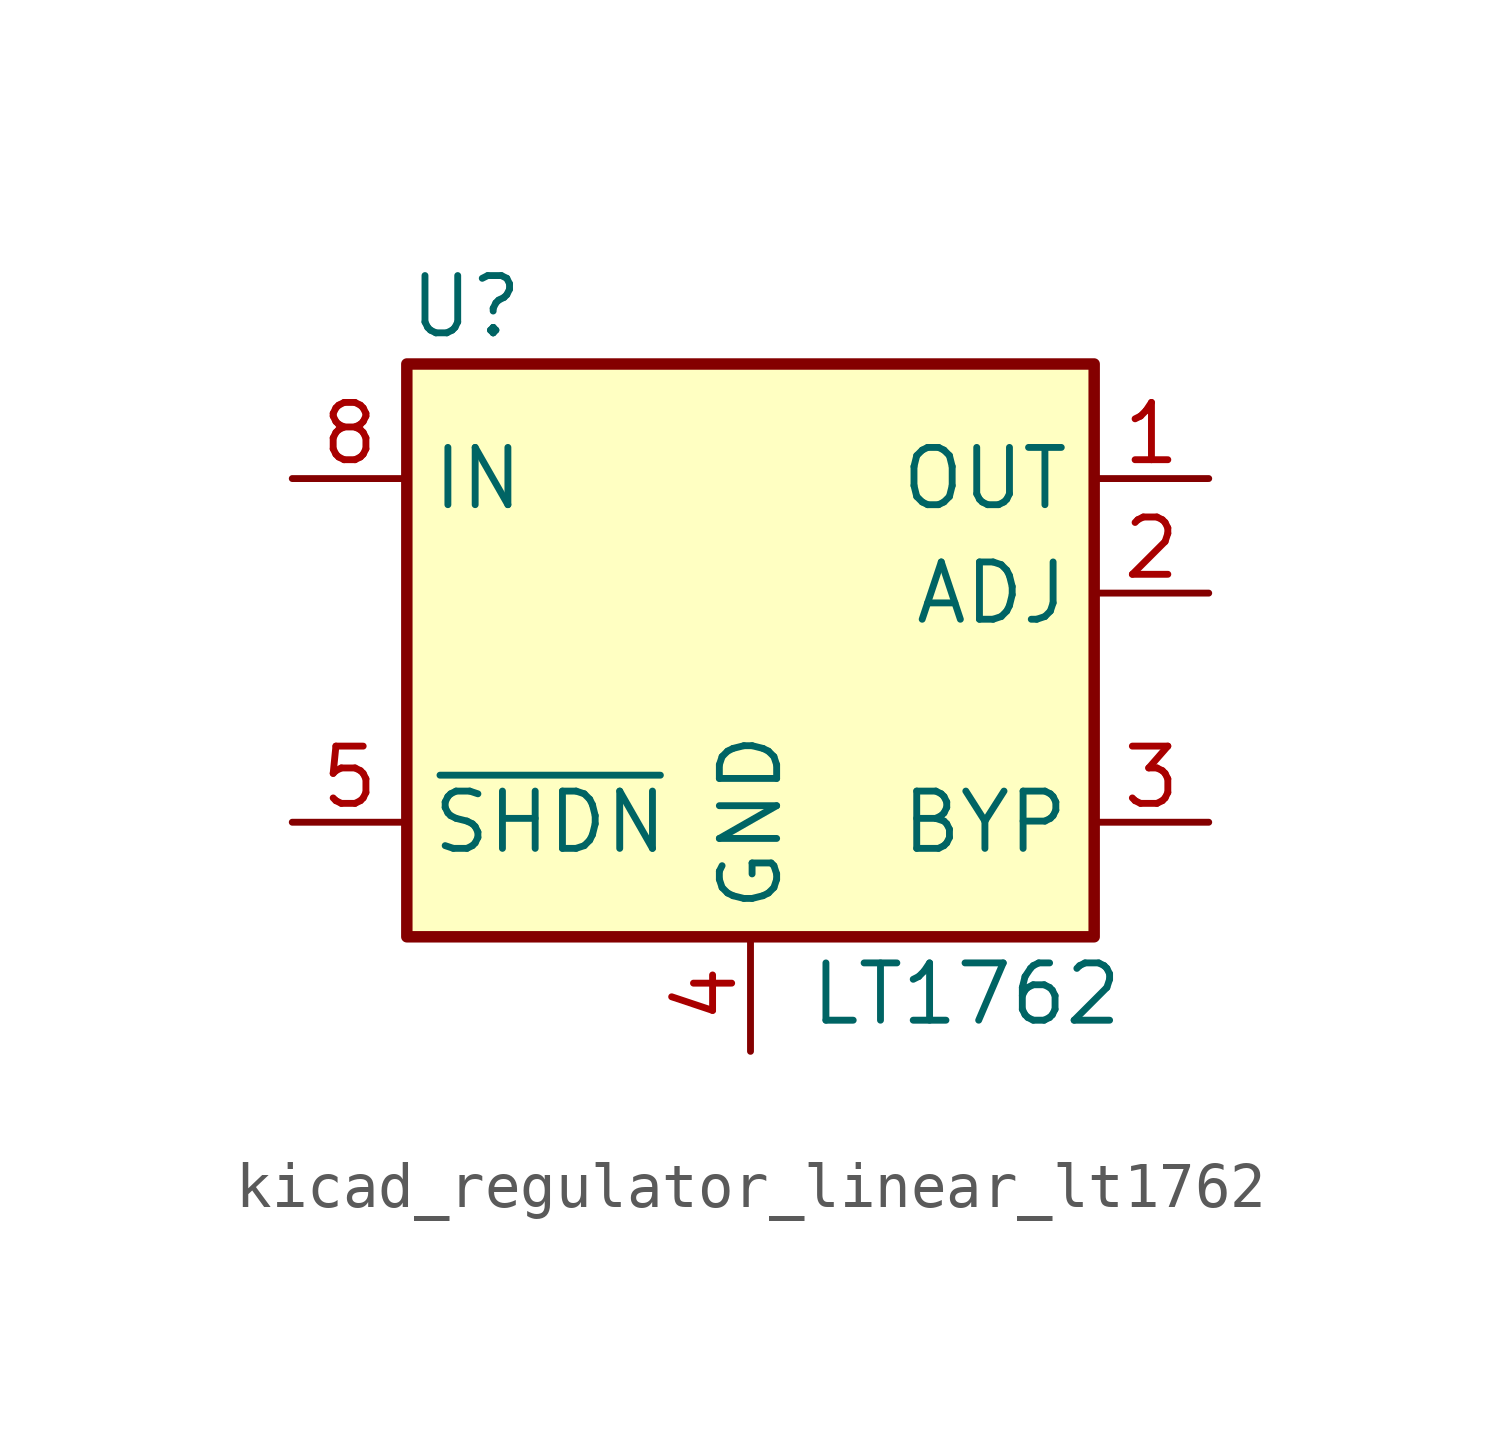
<source format=kicad_sym>
(kicad_symbol_lib
  (version 20220914)
  (generator kicad_symbol_editor)
  (symbol "kicad_regulator_linear_lt1762"
    (property "Reference" "U"
      (at -7.62 8.89 0)
      (effects (font (size 1.27 1.27)) (justify left)))
    (property "Value" "LT1762"
      (at 1.27 -6.35 0)
      (effects (font (size 1.27 1.27)) (justify left)))
    (symbol "kicad_regulator_linear_lt1762_0_1"
      (rectangle (start -7.62 7.62) (end 7.62 -5.08) (stroke (width 0.254) (type default)) (fill (type background))))
    (symbol "kicad_regulator_linear_lt1762_1_1"
      (pin power_out line (at 10.16 5.08 180) (length 2.54) (name "OUT" (effects (font (size 1.27 1.27)))) (number "1" (effects (font (size 1.27 1.27)))))
      (pin input line (at 10.16 2.54 180) (length 2.54) (name "ADJ" (effects (font (size 1.27 1.27)))) (number "2" (effects (font (size 1.27 1.27)))))
      (pin passive line (at 10.16 -2.54 180) (length 2.54) (name "BYP" (effects (font (size 1.27 1.27)))) (number "3" (effects (font (size 1.27 1.27)))))
      (pin power_in line (at 0 -7.62 90) (length 2.54) (name "GND" (effects (font (size 1.27 1.27)))) (number "4" (effects (font (size 1.27 1.27)))))
      (pin input line (at -10.16 -2.54 0) (length 2.54) (name "~{SHDN}" (effects (font (size 1.27 1.27)))) (number "5" (effects (font (size 1.27 1.27)))))
      (pin no_connect line (at 2.54 5.08 90) (length 2.54) hide (name "NC" (effects (font (size 1.27 1.27)))) (number "6" (effects (font (size 1.27 1.27)))))
      (pin no_connect line (at 2.54 2.54 90) (length 2.54) hide (name "NC" (effects (font (size 1.27 1.27)))) (number "7" (effects (font (size 1.27 1.27)))))
      (pin power_in line (at -10.16 5.08 0) (length 2.54) (name "IN" (effects (font (size 1.27 1.27)))) (number "8" (effects (font (size 1.27 1.27))))))))
</source>
